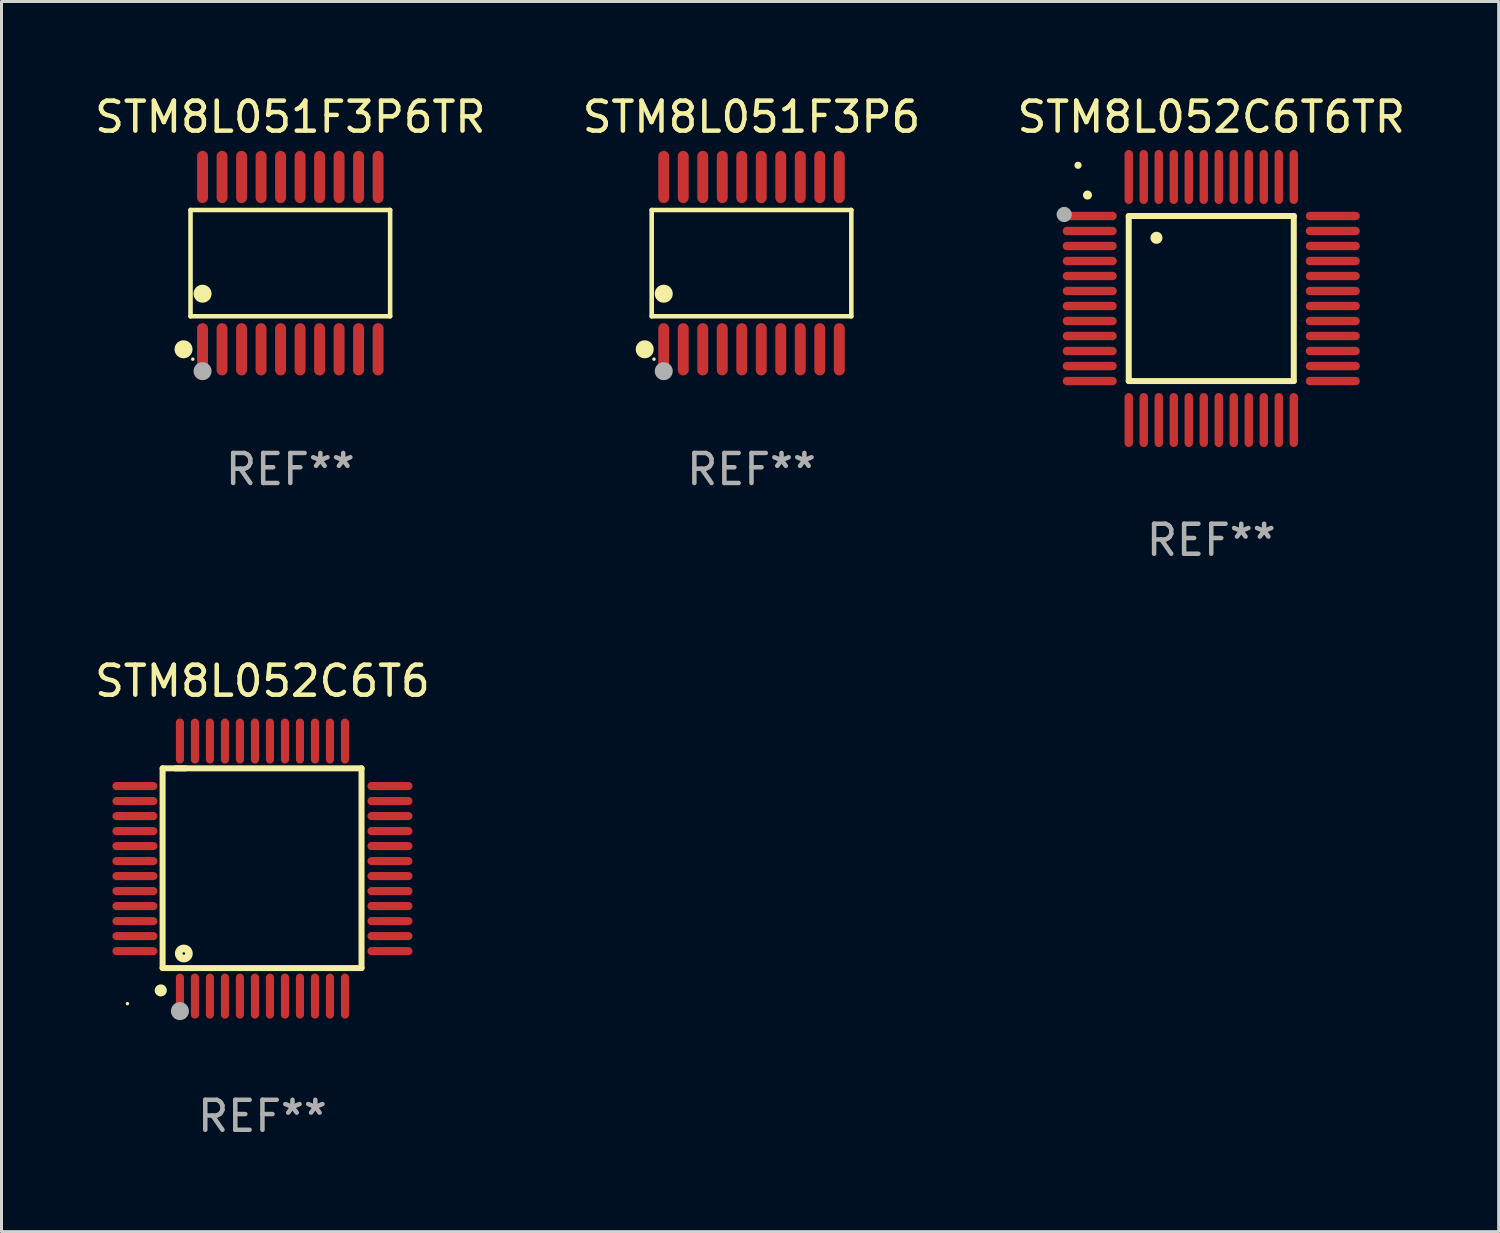
<source format=kicad_pcb>
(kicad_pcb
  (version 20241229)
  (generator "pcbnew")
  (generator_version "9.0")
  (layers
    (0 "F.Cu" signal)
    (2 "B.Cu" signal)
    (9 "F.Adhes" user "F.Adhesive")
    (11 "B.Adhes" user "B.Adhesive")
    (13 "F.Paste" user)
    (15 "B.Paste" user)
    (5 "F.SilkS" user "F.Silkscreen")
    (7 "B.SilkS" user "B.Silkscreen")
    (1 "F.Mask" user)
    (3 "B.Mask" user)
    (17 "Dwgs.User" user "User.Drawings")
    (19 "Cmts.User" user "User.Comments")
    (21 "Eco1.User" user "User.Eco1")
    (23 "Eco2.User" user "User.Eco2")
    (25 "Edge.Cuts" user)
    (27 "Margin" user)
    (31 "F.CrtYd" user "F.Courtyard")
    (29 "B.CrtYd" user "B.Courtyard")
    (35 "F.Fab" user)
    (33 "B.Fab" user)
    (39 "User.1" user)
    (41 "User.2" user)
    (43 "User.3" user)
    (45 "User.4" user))
  (footprint "STM8L051F3P6"
    (layer "F.Cu")
    (at 21.994 5.719)
    (property "Reference" "STM8L051F3P6" (at 0 -4.871 0) (layer "F.SilkS") (effects (font (size 1 1) (thickness 0.15))))
    (attr through_hole)
    (fp_line (start -3.326 -1.771) (end 3.326 -1.771) (stroke (width 0.152) (type solid)) (layer "F.SilkS"))
    (fp_line (start -3.326 1.771) (end -3.326 -1.771) (stroke (width 0.152) (type solid)) (layer "F.SilkS"))
    (fp_line (start 3.326 -1.771) (end 3.326 1.771) (stroke (width 0.152) (type solid)) (layer "F.SilkS"))
    (fp_line (start 3.326 1.771) (end -3.326 1.771) (stroke (width 0.152) (type solid)) (layer "F.SilkS"))
    (fp_circle (center -3.559 2.871) (end -3.409 2.871) (stroke (width 0.3) (type solid)) (fill no) (layer "F.SilkS"))
    (fp_circle (center -3.25 3.2) (end -3.22 3.2) (stroke (width 0.06) (type solid)) (fill no) (layer "F.SilkS"))
    (fp_circle (center -2.925 1.019) (end -2.775 1.019) (stroke (width 0.3) (type solid)) (fill no) (layer "F.SilkS"))
    (fp_circle (center -2.925 3.6) (end -2.775 3.6) (stroke (width 0.3) (type solid)) (fill no) (layer "F.Fab"))
    (fp_text user "REF**" (at 0 6.871 0) (layer "F.Fab") (effects (font (size 1 1) (thickness 0.15))))
    (pad "1" smd oval (at -2.925 2.871) (size 0.364 1.742) (layers "F.Cu" "F.Mask" "F.Paste"))
    (pad "2" smd oval (at -2.275 2.871) (size 0.364 1.742) (layers "F.Cu" "F.Mask" "F.Paste"))
    (pad "3" smd oval (at -1.625 2.871) (size 0.364 1.742) (layers "F.Cu" "F.Mask" "F.Paste"))
    (pad "4" smd oval (at -0.975 2.871) (size 0.364 1.742) (layers "F.Cu" "F.Mask" "F.Paste"))
    (pad "5" smd oval (at -0.325 2.871) (size 0.364 1.742) (layers "F.Cu" "F.Mask" "F.Paste"))
    (pad "6" smd oval (at 0.325 2.871) (size 0.364 1.742) (layers "F.Cu" "F.Mask" "F.Paste"))
    (pad "7" smd oval (at 0.975 2.871) (size 0.364 1.742) (layers "F.Cu" "F.Mask" "F.Paste"))
    (pad "8" smd oval (at 1.625 2.871) (size 0.364 1.742) (layers "F.Cu" "F.Mask" "F.Paste"))
    (pad "9" smd oval (at 2.275 2.871) (size 0.364 1.742) (layers "F.Cu" "F.Mask" "F.Paste"))
    (pad "10" smd oval (at 2.925 2.871) (size 0.364 1.742) (layers "F.Cu" "F.Mask" "F.Paste"))
    (pad "11" smd oval (at 2.925 -2.871) (size 0.364 1.742) (layers "F.Cu" "F.Mask" "F.Paste"))
    (pad "12" smd oval (at 2.275 -2.871) (size 0.364 1.742) (layers "F.Cu" "F.Mask" "F.Paste"))
    (pad "13" smd oval (at 1.625 -2.871) (size 0.364 1.742) (layers "F.Cu" "F.Mask" "F.Paste"))
    (pad "14" smd oval (at 0.975 -2.871) (size 0.364 1.742) (layers "F.Cu" "F.Mask" "F.Paste"))
    (pad "15" smd oval (at 0.325 -2.871) (size 0.364 1.742) (layers "F.Cu" "F.Mask" "F.Paste"))
    (pad "16" smd oval (at -0.325 -2.871) (size 0.364 1.742) (layers "F.Cu" "F.Mask" "F.Paste"))
    (pad "17" smd oval (at -0.975 -2.871) (size 0.364 1.742) (layers "F.Cu" "F.Mask" "F.Paste"))
    (pad "18" smd oval (at -1.625 -2.871) (size 0.364 1.742) (layers "F.Cu" "F.Mask" "F.Paste"))
    (pad "19" smd oval (at -2.275 -2.871) (size 0.364 1.742) (layers "F.Cu" "F.Mask" "F.Paste"))
    (pad "20" smd oval (at -2.925 -2.871) (size 0.364 1.742) (layers "F.Cu" "F.Mask" "F.Paste")))
  (footprint "STM8L052C6T6"
    (layer "F.Cu")
    (at 5.696 25.895)
    (property "Reference" "STM8L052C6T6" (at 0 -6.25 0) (layer "F.SilkS") (effects (font (size 1 1) (thickness 0.15))))
    (attr through_hole)
    (fp_line (start -3.327 -3.34) (end -2.565 -3.34) (stroke (width 0.2) (type solid)) (layer "F.SilkS"))
    (fp_line (start -3.327 3.315) (end -3.327 -3.34) (stroke (width 0.2) (type solid)) (layer "F.SilkS"))
    (fp_line (start -2.896 -3.34) (end 3.302 -3.34) (stroke (width 0.2) (type solid)) (layer "F.SilkS"))
    (fp_line (start 3.302 -3.34) (end 3.302 3.315) (stroke (width 0.2) (type solid)) (layer "F.SilkS"))
    (fp_line (start 3.302 3.315) (end -3.327 3.315) (stroke (width 0.2) (type solid)) (layer "F.SilkS"))
    (fp_arc (start -3.389992 4.059995) (mid -3.388722 4.059991) (end -3.387452 4.059995) (stroke (width 0.4) (type solid)) (layer "F.SilkS"))
    (fp_circle (center -4.5 4.5) (end -4.47 4.5) (stroke (width 0.06) (type solid)) (fill no) (layer "F.SilkS"))
    (fp_circle (center -2.62 2.83) (end -2.45 2.83) (stroke (width 0.254) (type solid)) (fill no) (layer "F.SilkS"))
    (fp_circle (center -2.75 4.75) (end -2.6 4.75) (stroke (width 0.3) (type solid)) (fill no) (layer "F.Fab"))
    (fp_text user "REF**" (at 0 8.25 0) (layer "F.Fab") (effects (font (size 1 1) (thickness 0.15))))
    (pad "1" smd oval (at -2.75 4.25) (size 0.27 1.5) (layers "F.Cu" "F.Mask" "F.Paste"))
    (pad "2" smd oval (at -2.25 4.25) (size 0.27 1.5) (layers "F.Cu" "F.Mask" "F.Paste"))
    (pad "3" smd oval (at -1.75 4.25) (size 0.27 1.5) (layers "F.Cu" "F.Mask" "F.Paste"))
    (pad "4" smd oval (at -1.25 4.25) (size 0.27 1.5) (layers "F.Cu" "F.Mask" "F.Paste"))
    (pad "5" smd oval (at -0.75 4.25) (size 0.27 1.5) (layers "F.Cu" "F.Mask" "F.Paste"))
    (pad "6" smd oval (at -0.25 4.25) (size 0.27 1.5) (layers "F.Cu" "F.Mask" "F.Paste"))
    (pad "7" smd oval (at 0.25 4.25) (size 0.27 1.5) (layers "F.Cu" "F.Mask" "F.Paste"))
    (pad "8" smd oval (at 0.75 4.25) (size 0.27 1.5) (layers "F.Cu" "F.Mask" "F.Paste"))
    (pad "9" smd oval (at 1.25 4.25) (size 0.27 1.5) (layers "F.Cu" "F.Mask" "F.Paste"))
    (pad "10" smd oval (at 1.75 4.25) (size 0.27 1.5) (layers "F.Cu" "F.Mask" "F.Paste"))
    (pad "11" smd oval (at 2.25 4.25) (size 0.27 1.5) (layers "F.Cu" "F.Mask" "F.Paste"))
    (pad "12" smd oval (at 2.75 4.25) (size 0.27 1.5) (layers "F.Cu" "F.Mask" "F.Paste"))
    (pad "13" smd oval (at 4.25 2.75) (size 1.5 0.27) (layers "F.Cu" "F.Mask" "F.Paste"))
    (pad "14" smd oval (at 4.25 2.25) (size 1.5 0.27) (layers "F.Cu" "F.Mask" "F.Paste"))
    (pad "15" smd oval (at 4.25 1.75) (size 1.5 0.27) (layers "F.Cu" "F.Mask" "F.Paste"))
    (pad "16" smd oval (at 4.25 1.25) (size 1.5 0.27) (layers "F.Cu" "F.Mask" "F.Paste"))
    (pad "17" smd oval (at 4.25 0.75) (size 1.5 0.27) (layers "F.Cu" "F.Mask" "F.Paste"))
    (pad "18" smd oval (at 4.25 0.25) (size 1.5 0.27) (layers "F.Cu" "F.Mask" "F.Paste"))
    (pad "19" smd oval (at 4.25 -0.25) (size 1.5 0.27) (layers "F.Cu" "F.Mask" "F.Paste"))
    (pad "20" smd oval (at 4.25 -0.75) (size 1.5 0.27) (layers "F.Cu" "F.Mask" "F.Paste"))
    (pad "21" smd oval (at 4.25 -1.25) (size 1.5 0.27) (layers "F.Cu" "F.Mask" "F.Paste"))
    (pad "22" smd oval (at 4.25 -1.75) (size 1.5 0.27) (layers "F.Cu" "F.Mask" "F.Paste"))
    (pad "23" smd oval (at 4.25 -2.25) (size 1.5 0.27) (layers "F.Cu" "F.Mask" "F.Paste"))
    (pad "24" smd oval (at 4.25 -2.75) (size 1.5 0.27) (layers "F.Cu" "F.Mask" "F.Paste"))
    (pad "25" smd oval (at 2.75 -4.25) (size 0.27 1.5) (layers "F.Cu" "F.Mask" "F.Paste"))
    (pad "26" smd oval (at 2.25 -4.25) (size 0.27 1.5) (layers "F.Cu" "F.Mask" "F.Paste"))
    (pad "27" smd oval (at 1.75 -4.25) (size 0.27 1.5) (layers "F.Cu" "F.Mask" "F.Paste"))
    (pad "28" smd oval (at 1.25 -4.25) (size 0.27 1.5) (layers "F.Cu" "F.Mask" "F.Paste"))
    (pad "29" smd oval (at 0.75 -4.25) (size 0.27 1.5) (layers "F.Cu" "F.Mask" "F.Paste"))
    (pad "30" smd oval (at 0.25 -4.25) (size 0.27 1.5) (layers "F.Cu" "F.Mask" "F.Paste"))
    (pad "31" smd oval (at -0.25 -4.25) (size 0.27 1.5) (layers "F.Cu" "F.Mask" "F.Paste"))
    (pad "32" smd oval (at -0.75 -4.25) (size 0.27 1.5) (layers "F.Cu" "F.Mask" "F.Paste"))
    (pad "33" smd oval (at -1.25 -4.25) (size 0.27 1.5) (layers "F.Cu" "F.Mask" "F.Paste"))
    (pad "34" smd oval (at -1.75 -4.25) (size 0.27 1.5) (layers "F.Cu" "F.Mask" "F.Paste"))
    (pad "35" smd oval (at -2.25 -4.25) (size 0.27 1.5) (layers "F.Cu" "F.Mask" "F.Paste"))
    (pad "36" smd oval (at -2.75 -4.25) (size 0.27 1.5) (layers "F.Cu" "F.Mask" "F.Paste"))
    (pad "37" smd oval (at -4.25 -2.75) (size 1.5 0.27) (layers "F.Cu" "F.Mask" "F.Paste"))
    (pad "38" smd oval (at -4.25 -2.25) (size 1.5 0.27) (layers "F.Cu" "F.Mask" "F.Paste"))
    (pad "39" smd oval (at -4.25 -1.75) (size 1.5 0.27) (layers "F.Cu" "F.Mask" "F.Paste"))
    (pad "40" smd oval (at -4.25 -1.25) (size 1.5 0.27) (layers "F.Cu" "F.Mask" "F.Paste"))
    (pad "41" smd oval (at -4.25 -0.75) (size 1.5 0.27) (layers "F.Cu" "F.Mask" "F.Paste"))
    (pad "42" smd oval (at -4.25 -0.25) (size 1.5 0.27) (layers "F.Cu" "F.Mask" "F.Paste"))
    (pad "43" smd oval (at -4.25 0.25) (size 1.5 0.27) (layers "F.Cu" "F.Mask" "F.Paste"))
    (pad "44" smd oval (at -4.25 0.75) (size 1.5 0.27) (layers "F.Cu" "F.Mask" "F.Paste"))
    (pad "45" smd oval (at -4.25 1.25) (size 1.5 0.27) (layers "F.Cu" "F.Mask" "F.Paste"))
    (pad "46" smd oval (at -4.25 1.75) (size 1.5 0.27) (layers "F.Cu" "F.Mask" "F.Paste"))
    (pad "47" smd oval (at -4.25 2.25) (size 1.5 0.27) (layers "F.Cu" "F.Mask" "F.Paste"))
    (pad "48" smd oval (at -4.25 2.75) (size 1.5 0.27) (layers "F.Cu" "F.Mask" "F.Paste")))
  (footprint "STM8L052C6T6TR"
    (layer "F.Cu")
    (at 37.315 6.898)
    (property "Reference" "STM8L052C6T6TR" (at 0 -6.05 0) (layer "F.SilkS") (effects (font (size 1 1) (thickness 0.15))))
    (attr through_hole)
    (fp_line (start -2.75 -2.75) (end 2.75 -2.75) (stroke (width 0.2) (type solid)) (layer "F.SilkS"))
    (fp_line (start -2.75 2.75) (end -2.75 -2.75) (stroke (width 0.2) (type solid)) (layer "F.SilkS"))
    (fp_line (start 2.75 -2.75) (end 2.75 2.75) (stroke (width 0.2) (type solid)) (layer "F.SilkS"))
    (fp_line (start 2.75 2.75) (end -2.75 2.75) (stroke (width 0.2) (type solid)) (layer "F.SilkS"))
    (fp_arc (start -4.124968 -3.446787) (mid -4.124973 -3.448057) (end -4.124968 -3.449327) (stroke (width 0.3) (type solid)) (layer "F.SilkS"))
    (fp_arc (start -1.826264 -2.021844) (mid -1.826268 -2.023114) (end -1.826264 -2.024384) (stroke (width 0.4) (type solid)) (layer "F.SilkS"))
    (fp_circle (center -4.44 -4.44) (end -4.38 -4.44) (stroke (width 0.12) (type solid)) (fill no) (layer "F.SilkS"))
    (fp_circle (center -4.9 -2.8) (end -4.773 -2.8) (stroke (width 0.254) (type solid)) (fill no) (layer "F.Fab"))
    (fp_text user "REF**" (at 0 8.05 0) (layer "F.Fab") (effects (font (size 1 1) (thickness 0.15))))
    (pad "1" smd oval (at -4.05 -2.75 90) (size 0.28 1.8) (layers "F.Cu" "F.Mask" "F.Paste"))
    (pad "2" smd oval (at -4.05 -2.25 90) (size 0.28 1.8) (layers "F.Cu" "F.Mask" "F.Paste"))
    (pad "3" smd oval (at -4.05 -1.75 90) (size 0.28 1.8) (layers "F.Cu" "F.Mask" "F.Paste"))
    (pad "4" smd oval (at -4.05 -1.25 90) (size 0.28 1.8) (layers "F.Cu" "F.Mask" "F.Paste"))
    (pad "5" smd oval (at -4.05 -0.75 90) (size 0.28 1.8) (layers "F.Cu" "F.Mask" "F.Paste"))
    (pad "6" smd oval (at -4.05 -0.25 90) (size 0.28 1.8) (layers "F.Cu" "F.Mask" "F.Paste"))
    (pad "7" smd oval (at -4.05 0.25 90) (size 0.28 1.8) (layers "F.Cu" "F.Mask" "F.Paste"))
    (pad "8" smd oval (at -4.05 0.75 90) (size 0.28 1.8) (layers "F.Cu" "F.Mask" "F.Paste"))
    (pad "9" smd oval (at -4.05 1.25 90) (size 0.28 1.8) (layers "F.Cu" "F.Mask" "F.Paste"))
    (pad "10" smd oval (at -4.05 1.75 90) (size 0.28 1.8) (layers "F.Cu" "F.Mask" "F.Paste"))
    (pad "11" smd oval (at -4.05 2.25 90) (size 0.28 1.8) (layers "F.Cu" "F.Mask" "F.Paste"))
    (pad "12" smd oval (at -4.05 2.75 90) (size 0.28 1.8) (layers "F.Cu" "F.Mask" "F.Paste"))
    (pad "13" smd oval (at -2.75 4.05) (size 0.28 1.8) (layers "F.Cu" "F.Mask" "F.Paste"))
    (pad "14" smd oval (at -2.25 4.05) (size 0.28 1.8) (layers "F.Cu" "F.Mask" "F.Paste"))
    (pad "15" smd oval (at -1.75 4.05) (size 0.28 1.8) (layers "F.Cu" "F.Mask" "F.Paste"))
    (pad "16" smd oval (at -1.25 4.05) (size 0.28 1.8) (layers "F.Cu" "F.Mask" "F.Paste"))
    (pad "17" smd oval (at -0.75 4.05) (size 0.28 1.8) (layers "F.Cu" "F.Mask" "F.Paste"))
    (pad "18" smd oval (at -0.25 4.05) (size 0.28 1.8) (layers "F.Cu" "F.Mask" "F.Paste"))
    (pad "19" smd oval (at 0.25 4.05) (size 0.28 1.8) (layers "F.Cu" "F.Mask" "F.Paste"))
    (pad "20" smd oval (at 0.75 4.05) (size 0.28 1.8) (layers "F.Cu" "F.Mask" "F.Paste"))
    (pad "21" smd oval (at 1.25 4.05) (size 0.28 1.8) (layers "F.Cu" "F.Mask" "F.Paste"))
    (pad "22" smd oval (at 1.75 4.05) (size 0.28 1.8) (layers "F.Cu" "F.Mask" "F.Paste"))
    (pad "23" smd oval (at 2.25 4.05) (size 0.28 1.8) (layers "F.Cu" "F.Mask" "F.Paste"))
    (pad "24" smd oval (at 2.75 4.05) (size 0.28 1.8) (layers "F.Cu" "F.Mask" "F.Paste"))
    (pad "25" smd oval (at 4.05 2.75 90) (size 0.28 1.8) (layers "F.Cu" "F.Mask" "F.Paste"))
    (pad "26" smd oval (at 4.05 2.25 90) (size 0.28 1.8) (layers "F.Cu" "F.Mask" "F.Paste"))
    (pad "27" smd oval (at 4.05 1.75 90) (size 0.28 1.8) (layers "F.Cu" "F.Mask" "F.Paste"))
    (pad "28" smd oval (at 4.05 1.25 90) (size 0.28 1.8) (layers "F.Cu" "F.Mask" "F.Paste"))
    (pad "29" smd oval (at 4.05 0.75 90) (size 0.28 1.8) (layers "F.Cu" "F.Mask" "F.Paste"))
    (pad "30" smd oval (at 4.05 0.25 90) (size 0.28 1.8) (layers "F.Cu" "F.Mask" "F.Paste"))
    (pad "31" smd oval (at 4.05 -0.25 90) (size 0.28 1.8) (layers "F.Cu" "F.Mask" "F.Paste"))
    (pad "32" smd oval (at 4.05 -0.75 90) (size 0.28 1.8) (layers "F.Cu" "F.Mask" "F.Paste"))
    (pad "33" smd oval (at 4.05 -1.25 90) (size 0.28 1.8) (layers "F.Cu" "F.Mask" "F.Paste"))
    (pad "34" smd oval (at 4.05 -1.75 90) (size 0.28 1.8) (layers "F.Cu" "F.Mask" "F.Paste"))
    (pad "35" smd oval (at 4.05 -2.25 90) (size 0.28 1.8) (layers "F.Cu" "F.Mask" "F.Paste"))
    (pad "36" smd oval (at 4.05 -2.75 90) (size 0.28 1.8) (layers "F.Cu" "F.Mask" "F.Paste"))
    (pad "37" smd oval (at 2.75 -4.05) (size 0.28 1.8) (layers "F.Cu" "F.Mask" "F.Paste"))
    (pad "38" smd oval (at 2.25 -4.05) (size 0.28 1.8) (layers "F.Cu" "F.Mask" "F.Paste"))
    (pad "39" smd oval (at 1.75 -4.05) (size 0.28 1.8) (layers "F.Cu" "F.Mask" "F.Paste"))
    (pad "40" smd oval (at 1.25 -4.05) (size 0.28 1.8) (layers "F.Cu" "F.Mask" "F.Paste"))
    (pad "41" smd oval (at 0.75 -4.05) (size 0.28 1.8) (layers "F.Cu" "F.Mask" "F.Paste"))
    (pad "42" smd oval (at 0.25 -4.05) (size 0.28 1.8) (layers "F.Cu" "F.Mask" "F.Paste"))
    (pad "43" smd oval (at -0.25 -4.05) (size 0.28 1.8) (layers "F.Cu" "F.Mask" "F.Paste"))
    (pad "44" smd oval (at -0.75 -4.05) (size 0.28 1.8) (layers "F.Cu" "F.Mask" "F.Paste"))
    (pad "45" smd oval (at -1.25 -4.05) (size 0.28 1.8) (layers "F.Cu" "F.Mask" "F.Paste"))
    (pad "46" smd oval (at -1.75 -4.05) (size 0.28 1.8) (layers "F.Cu" "F.Mask" "F.Paste"))
    (pad "47" smd oval (at -2.25 -4.05) (size 0.28 1.8) (layers "F.Cu" "F.Mask" "F.Paste"))
    (pad "48" smd oval (at -2.75 -4.05) (size 0.28 1.8) (layers "F.Cu" "F.Mask" "F.Paste")))
  (footprint "STM8L051F3P6TR"
    (layer "F.Cu")
    (at 6.625 5.719)
    (property "Reference" "STM8L051F3P6TR" (at 0 -4.871 0) (layer "F.SilkS") (effects (font (size 1 1) (thickness 0.15))))
    (attr through_hole)
    (fp_line (start -3.326 -1.771) (end 3.326 -1.771) (stroke (width 0.152) (type solid)) (layer "F.SilkS"))
    (fp_line (start -3.326 1.771) (end -3.326 -1.771) (stroke (width 0.152) (type solid)) (layer "F.SilkS"))
    (fp_line (start 3.326 -1.771) (end 3.326 1.771) (stroke (width 0.152) (type solid)) (layer "F.SilkS"))
    (fp_line (start 3.326 1.771) (end -3.326 1.771) (stroke (width 0.152) (type solid)) (layer "F.SilkS"))
    (fp_circle (center -3.559 2.871) (end -3.409 2.871) (stroke (width 0.3) (type solid)) (fill no) (layer "F.SilkS"))
    (fp_circle (center -3.25 3.2) (end -3.22 3.2) (stroke (width 0.06) (type solid)) (fill no) (layer "F.SilkS"))
    (fp_circle (center -2.925 1.019) (end -2.775 1.019) (stroke (width 0.3) (type solid)) (fill no) (layer "F.SilkS"))
    (fp_circle (center -2.925 3.6) (end -2.775 3.6) (stroke (width 0.3) (type solid)) (fill no) (layer "F.Fab"))
    (fp_text user "REF**" (at 0 6.871 0) (layer "F.Fab") (effects (font (size 1 1) (thickness 0.15))))
    (pad "1" smd oval (at -2.925 2.871) (size 0.364 1.742) (layers "F.Cu" "F.Mask" "F.Paste"))
    (pad "2" smd oval (at -2.275 2.871) (size 0.364 1.742) (layers "F.Cu" "F.Mask" "F.Paste"))
    (pad "3" smd oval (at -1.625 2.871) (size 0.364 1.742) (layers "F.Cu" "F.Mask" "F.Paste"))
    (pad "4" smd oval (at -0.975 2.871) (size 0.364 1.742) (layers "F.Cu" "F.Mask" "F.Paste"))
    (pad "5" smd oval (at -0.325 2.871) (size 0.364 1.742) (layers "F.Cu" "F.Mask" "F.Paste"))
    (pad "6" smd oval (at 0.325 2.871) (size 0.364 1.742) (layers "F.Cu" "F.Mask" "F.Paste"))
    (pad "7" smd oval (at 0.975 2.871) (size 0.364 1.742) (layers "F.Cu" "F.Mask" "F.Paste"))
    (pad "8" smd oval (at 1.625 2.871) (size 0.364 1.742) (layers "F.Cu" "F.Mask" "F.Paste"))
    (pad "9" smd oval (at 2.275 2.871) (size 0.364 1.742) (layers "F.Cu" "F.Mask" "F.Paste"))
    (pad "10" smd oval (at 2.925 2.871) (size 0.364 1.742) (layers "F.Cu" "F.Mask" "F.Paste"))
    (pad "11" smd oval (at 2.925 -2.871) (size 0.364 1.742) (layers "F.Cu" "F.Mask" "F.Paste"))
    (pad "12" smd oval (at 2.275 -2.871) (size 0.364 1.742) (layers "F.Cu" "F.Mask" "F.Paste"))
    (pad "13" smd oval (at 1.625 -2.871) (size 0.364 1.742) (layers "F.Cu" "F.Mask" "F.Paste"))
    (pad "14" smd oval (at 0.975 -2.871) (size 0.364 1.742) (layers "F.Cu" "F.Mask" "F.Paste"))
    (pad "15" smd oval (at 0.325 -2.871) (size 0.364 1.742) (layers "F.Cu" "F.Mask" "F.Paste"))
    (pad "16" smd oval (at -0.325 -2.871) (size 0.364 1.742) (layers "F.Cu" "F.Mask" "F.Paste"))
    (pad "17" smd oval (at -0.975 -2.871) (size 0.364 1.742) (layers "F.Cu" "F.Mask" "F.Paste"))
    (pad "18" smd oval (at -1.625 -2.871) (size 0.364 1.742) (layers "F.Cu" "F.Mask" "F.Paste"))
    (pad "19" smd oval (at -2.275 -2.871) (size 0.364 1.742) (layers "F.Cu" "F.Mask" "F.Paste"))
    (pad "20" smd oval (at -2.925 -2.871) (size 0.364 1.742) (layers "F.Cu" "F.Mask" "F.Paste")))
  (gr_rect
    (start -3 -3)
    (end 46.893 37.993)
    (stroke (width 0.1) (type default))
    (fill no)
    (layer "Edge.Cuts")))
</source>
